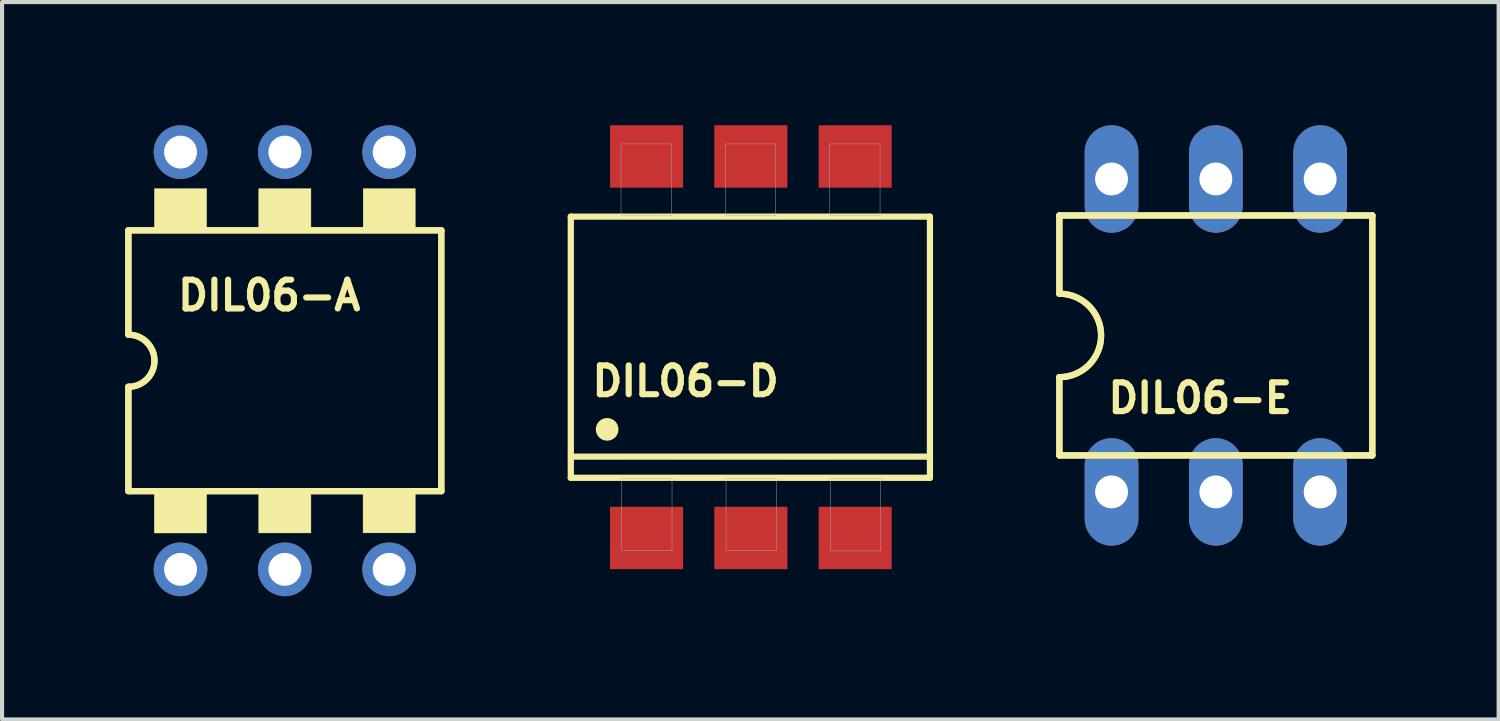
<source format=kicad_pcb>
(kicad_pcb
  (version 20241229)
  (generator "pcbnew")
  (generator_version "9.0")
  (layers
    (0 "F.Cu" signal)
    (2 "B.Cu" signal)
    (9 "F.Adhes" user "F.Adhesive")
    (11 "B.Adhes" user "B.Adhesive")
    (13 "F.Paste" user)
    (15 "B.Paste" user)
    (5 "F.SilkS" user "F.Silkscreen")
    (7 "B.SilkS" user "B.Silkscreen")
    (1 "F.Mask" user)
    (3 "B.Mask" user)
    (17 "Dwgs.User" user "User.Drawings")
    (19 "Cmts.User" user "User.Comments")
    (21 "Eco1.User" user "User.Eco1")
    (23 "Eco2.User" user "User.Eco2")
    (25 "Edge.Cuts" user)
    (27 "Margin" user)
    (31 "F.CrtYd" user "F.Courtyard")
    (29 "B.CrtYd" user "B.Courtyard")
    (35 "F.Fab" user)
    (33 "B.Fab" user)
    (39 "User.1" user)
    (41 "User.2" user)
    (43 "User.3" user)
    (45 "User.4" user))
  (footprint "DIL06-A"
    (layer "F.Cu")
    (at 3.886 5.734)
    (property "Reference" "DIL06-A" (at -0.381 -1.59 0) (layer "F.SilkS") (effects (font (size 0.701 0.701) (thickness 0.15))))
    (attr through_hole)
    (fp_line (start -3.81 -0.635) (end -3.81 -3.175) (stroke (width 0.152) (type solid)) (layer "F.SilkS"))
    (fp_line (start -3.81 -0.635) (end -3.81 -3.175) (stroke (width 0.152) (type solid)) (layer "F.SilkS"))
    (fp_line (start -3.81 3.175) (end -3.81 0.635) (stroke (width 0.152) (type solid)) (layer "F.SilkS"))
    (fp_line (start -3.81 3.175) (end -3.81 0.635) (stroke (width 0.152) (type solid)) (layer "F.SilkS"))
    (fp_line (start 3.81 -3.175) (end -3.81 -3.175) (stroke (width 0.152) (type solid)) (layer "F.SilkS"))
    (fp_line (start 3.81 -3.175) (end -3.81 -3.175) (stroke (width 0.152) (type solid)) (layer "F.SilkS"))
    (fp_line (start 3.81 3.175) (end -3.81 3.175) (stroke (width 0.152) (type solid)) (layer "F.SilkS"))
    (fp_line (start 3.81 3.175) (end -3.81 3.175) (stroke (width 0.152) (type solid)) (layer "F.SilkS"))
    (fp_line (start 3.81 3.175) (end 3.81 -3.175) (stroke (width 0.152) (type solid)) (layer "F.SilkS"))
    (fp_line (start 3.81 3.175) (end 3.81 -3.175) (stroke (width 0.152) (type solid)) (layer "F.SilkS"))
    (fp_arc (start -3.81 -0.635) (mid -3.175 0) (end -3.81 0.635) (stroke (width 0.1524) (type solid)) (layer "F.SilkS"))
    (fp_arc (start -3.81 -0.635) (mid -3.175 0) (end -3.81 0.635) (stroke (width 0.1524) (type solid)) (layer "F.SilkS"))
    (fp_poly (pts (xy -3.178 3.175) (xy -1.905 3.175) (xy -1.905 4.195) (xy -3.178 4.195)) (stroke (width 0.01) (type solid)) (fill yes) (layer "F.SilkS"))
    (fp_poly (pts (xy -3.176 -4.191) (xy -1.905 -4.191) (xy -1.905 -3.176) (xy -3.176 -3.176)) (stroke (width 0.01) (type solid)) (fill yes) (layer "F.SilkS"))
    (fp_poly (pts (xy -0.635 -4.191) (xy 0.635 -4.191) (xy 0.635 -3.178) (xy -0.635 -3.178)) (stroke (width 0.01) (type solid)) (fill yes) (layer "F.SilkS"))
    (fp_poly (pts (xy -0.635 3.175) (xy 0.635 3.175) (xy 0.635 4.193) (xy -0.635 4.193)) (stroke (width 0.01) (type solid)) (fill yes) (layer "F.SilkS"))
    (fp_poly (pts (xy 1.905 3.175) (xy 3.175 3.175) (xy 3.175 4.192) (xy 1.905 4.192)) (stroke (width 0.01) (type solid)) (fill yes) (layer "F.SilkS"))
    (fp_poly (pts (xy 1.908 -4.191) (xy 3.175 -4.191) (xy 3.175 -3.18) (xy 1.908 -3.18)) (stroke (width 0.01) (type solid)) (fill yes) (layer "F.SilkS"))
    (pad "1" thru_hole circle (at -2.54 5.08) (size 1.308 1.308) (drill 0.8) (layers "*.Cu" "*.Mask"))
    (pad "2" thru_hole circle (at 0 5.08) (size 1.308 1.308) (drill 0.8) (layers "*.Cu" "*.Mask"))
    (pad "3" thru_hole circle (at 2.54 5.08) (size 1.308 1.308) (drill 0.8) (layers "*.Cu" "*.Mask"))
    (pad "4" thru_hole circle (at 2.54 -5.08) (size 1.308 1.308) (drill 0.8) (layers "*.Cu" "*.Mask"))
    (pad "5" thru_hole circle (at 0 -5.08) (size 1.308 1.308) (drill 0.8) (layers "*.Cu" "*.Mask"))
    (pad "6" thru_hole circle (at -2.54 -5.08) (size 1.308 1.308) (drill 0.8) (layers "*.Cu" "*.Mask")))
  (footprint "DIL06-D"
    (layer "F.Cu")
    (at 15.234 5.405)
    (property "Reference" "DIL06-D" (at -1.59 0.827 0) (layer "F.SilkS") (effects (font (size 0.701 0.701) (thickness 0.15))))
    (attr smd)
    (fp_line (start -4.385 -3.18) (end 4.36 -3.18) (stroke (width 0.152) (type solid)) (layer "F.SilkS"))
    (fp_line (start -4.385 3.18) (end -4.385 -3.18) (stroke (width 0.152) (type solid)) (layer "F.SilkS"))
    (fp_line (start 4.36 -3.18) (end 4.36 2.664) (stroke (width 0.152) (type solid)) (layer "F.SilkS"))
    (fp_line (start 4.36 2.664) (end -4.285 2.664) (stroke (width 0.152) (type solid)) (layer "F.SilkS"))
    (fp_line (start 4.36 2.664) (end 4.36 3.18) (stroke (width 0.152) (type solid)) (layer "F.SilkS"))
    (fp_line (start 4.36 3.18) (end -4.385 3.18) (stroke (width 0.152) (type solid)) (layer "F.SilkS"))
    (fp_circle (center -3.5 2) (end -3.224 2) (stroke (width 0) (type solid)) (fill yes) (layer "F.SilkS"))
    (fp_poly (pts (xy -3.162 -4.95) (xy -1.935 -4.95) (xy -1.935 -3.202) (xy -3.162 -3.202)) (stroke (width 0.01) (type solid)) (fill no) (layer "F.Fab"))
    (fp_poly (pts (xy -3.146 3.2) (xy -1.92 3.2) (xy -1.92 4.952) (xy -3.146 4.952)) (stroke (width 0.01) (type solid)) (fill no) (layer "F.Fab"))
    (fp_poly (pts (xy -0.621 -4.95) (xy 0.605 -4.95) (xy 0.605 -3.206) (xy -0.621 -3.206)) (stroke (width 0.01) (type solid)) (fill no) (layer "F.Fab"))
    (fp_poly (pts (xy -0.605 3.2) (xy 0.62 3.2) (xy 0.62 4.951) (xy -0.605 4.951)) (stroke (width 0.01) (type solid)) (fill no) (layer "F.Fab"))
    (fp_poly (pts (xy 1.921 -4.95) (xy 3.145 -4.95) (xy 3.145 -3.201) (xy 1.921 -3.201)) (stroke (width 0.01) (type solid)) (fill no) (layer "F.Fab"))
    (fp_poly (pts (xy 1.939 3.2) (xy 3.16 3.2) (xy 3.16 4.96) (xy 1.939 4.96)) (stroke (width 0.01) (type solid)) (fill no) (layer "F.Fab"))
    (pad "1" smd rect (at -2.54 4.645) (size 1.78 1.52) (layers "F.Cu" "F.Mask" "F.Paste"))
    (pad "2" smd rect (at 0 4.645) (size 1.78 1.52) (layers "F.Cu" "F.Mask" "F.Paste"))
    (pad "3" smd rect (at 2.54 4.645) (size 1.78 1.52) (layers "F.Cu" "F.Mask" "F.Paste"))
    (pad "4" smd rect (at 2.54 -4.645 180) (size 1.78 1.52) (layers "F.Cu" "F.Mask" "F.Paste"))
    (pad "5" smd rect (at 0 -4.645 180) (size 1.78 1.52) (layers "F.Cu" "F.Mask" "F.Paste"))
    (pad "6" smd rect (at -2.54 -4.645 180) (size 1.78 1.52) (layers "F.Cu" "F.Mask" "F.Paste")))
  (footprint "DIL06-E"
    (layer "F.Cu")
    (at 26.556 5.118)
    (property "Reference" "DIL06-E" (at -0.382 1.526 0) (layer "F.SilkS") (effects (font (size 0.701 0.701) (thickness 0.15))))
    (attr through_hole)
    (fp_line (start -3.81 -2.921) (end -3.81 -1.016) (stroke (width 0.152) (type solid)) (layer "F.SilkS"))
    (fp_line (start -3.81 -2.921) (end -3.81 -1.016) (stroke (width 0.152) (type solid)) (layer "F.SilkS"))
    (fp_line (start -3.81 2.921) (end -3.81 1.016) (stroke (width 0.152) (type solid)) (layer "F.SilkS"))
    (fp_line (start -3.81 2.921) (end -3.81 1.016) (stroke (width 0.152) (type solid)) (layer "F.SilkS"))
    (fp_line (start -3.81 2.921) (end 3.81 2.921) (stroke (width 0.152) (type solid)) (layer "F.SilkS"))
    (fp_line (start -3.81 2.921) (end 3.81 2.921) (stroke (width 0.152) (type solid)) (layer "F.SilkS"))
    (fp_line (start 3.81 -2.921) (end -3.81 -2.921) (stroke (width 0.152) (type solid)) (layer "F.SilkS"))
    (fp_line (start 3.81 -2.921) (end -3.81 -2.921) (stroke (width 0.152) (type solid)) (layer "F.SilkS"))
    (fp_line (start 3.81 -2.921) (end 3.81 2.921) (stroke (width 0.152) (type solid)) (layer "F.SilkS"))
    (fp_line (start 3.81 -2.921) (end 3.81 2.921) (stroke (width 0.152) (type solid)) (layer "F.SilkS"))
    (fp_arc (start -3.81 -1.016) (mid -2.794 0) (end -3.81 1.016) (stroke (width 0.1524) (type solid)) (layer "F.SilkS"))
    (fp_arc (start -3.81 -1.016) (mid -2.794 0) (end -3.81 1.016) (stroke (width 0.1524) (type solid)) (layer "F.SilkS"))
    (pad "1" thru_hole oval (at -2.54 3.81) (size 1.308 2.616) (drill 0.8) (layers "*.Cu" "*.Mask"))
    (pad "2" thru_hole oval (at 0 3.81) (size 1.308 2.616) (drill 0.8) (layers "*.Cu" "*.Mask"))
    (pad "3" thru_hole oval (at 2.54 3.81) (size 1.308 2.616) (drill 0.8) (layers "*.Cu" "*.Mask"))
    (pad "4" thru_hole oval (at 2.54 -3.81) (size 1.308 2.616) (drill 0.8) (layers "*.Cu" "*.Mask"))
    (pad "5" thru_hole oval (at 0 -3.81) (size 1.308 2.616) (drill 0.8) (layers "*.Cu" "*.Mask"))
    (pad "6" thru_hole oval (at -2.54 -3.81) (size 1.308 2.616) (drill 0.8) (layers "*.Cu" "*.Mask")))
  (gr_rect
    (start -3 -3)
    (end 33.442 14.468)
    (stroke (width 0.1) (type default))
    (fill no)
    (layer "Edge.Cuts")))
</source>
